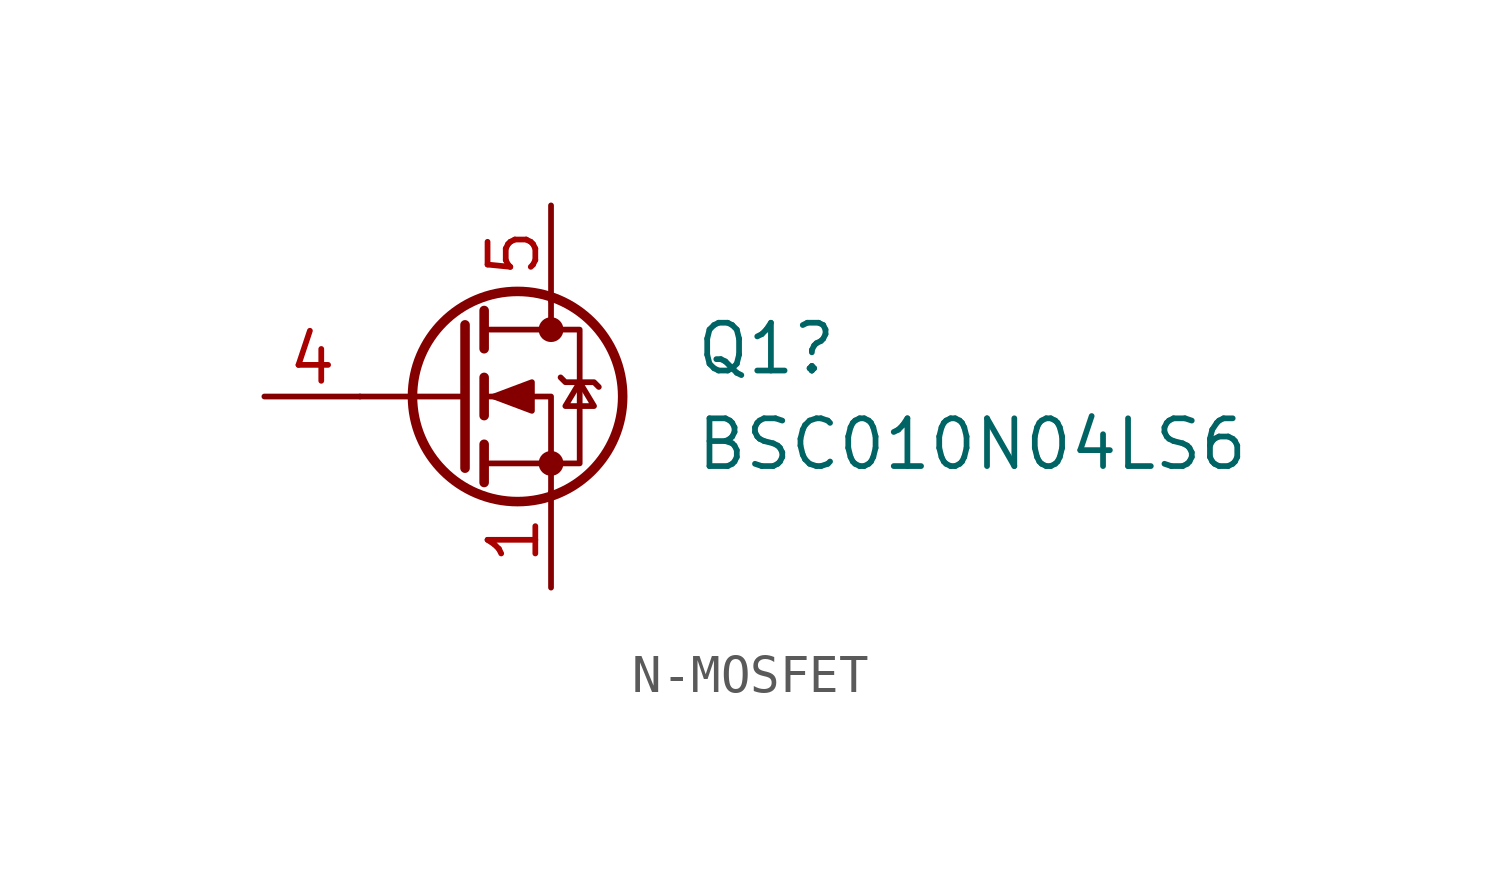
<source format=kicad_sym>
(kicad_symbol_lib
  (version 20241209)
  (generator "kicad_symbol_editor")
  (generator_version "9.0")
  (symbol "N-MOSFET"
    (pin_names
      (hide yes))
    (property "Reference" "Q1"
      (at 6.35 1.27 0)
      (effects (font (size 1.27 1.27)) (justify left)))
    (property "Value" "BSC010N04LS6"
      (at 6.35 -1.27 0)
      (effects (font (size 1.27 1.27)) (justify left)))
    (symbol "N-MOSFET_0_1"
      (polyline (pts (xy 0.254 1.905) (xy 0.254 -1.905)) (stroke (width 0.254) (type default)) (fill (type none)))
      (polyline (pts (xy 0.254 0) (xy -2.54 0)) (stroke (width 0) (type default)) (fill (type none)))
      (polyline (pts (xy 0.762 2.286) (xy 0.762 1.27)) (stroke (width 0.254) (type default)) (fill (type none)))
      (polyline (pts (xy 0.762 0.508) (xy 0.762 -0.508)) (stroke (width 0.254) (type default)) (fill (type none)))
      (polyline (pts (xy 0.762 -1.27) (xy 0.762 -2.286)) (stroke (width 0.254) (type default)) (fill (type none)))
      (polyline (pts (xy 0.762 -1.778) (xy 3.302 -1.778) (xy 3.302 1.778) (xy 0.762 1.778)) (stroke (width 0) (type default)) (fill (type none)))
      (polyline (pts (xy 1.016 0) (xy 2.032 0.381) (xy 2.032 -0.381) (xy 1.016 0)) (stroke (width 0) (type default)) (fill (type outline)))
      (circle (center 1.651 0) (radius 2.794) (stroke (width 0.254) (type default)) (fill (type none)))
      (polyline (pts (xy 2.54 2.54) (xy 2.54 1.778)) (stroke (width 0) (type default)) (fill (type none)))
      (circle (center 2.54 1.778) (radius 0.254) (stroke (width 0) (type default)) (fill (type outline)))
      (circle (center 2.54 -1.778) (radius 0.254) (stroke (width 0) (type default)) (fill (type outline)))
      (polyline (pts (xy 2.54 -2.54) (xy 2.54 0) (xy 0.762 0)) (stroke (width 0) (type default)) (fill (type none)))
      (polyline (pts (xy 2.794 0.508) (xy 2.921 0.381) (xy 3.683 0.381) (xy 3.81 0.254)) (stroke (width 0) (type default)) (fill (type none)))
      (polyline (pts (xy 3.302 0.381) (xy 2.921 -0.254) (xy 3.683 -0.254) (xy 3.302 0.381)) (stroke (width 0) (type default)) (fill (type none))))
    (symbol "N-MOSFET_1_1"
      (pin passive line (at -5.08 0 0) (length 2.54) (name "G" (effects (font (size 1.27 1.27)))) (number "4" (effects (font (size 1.27 1.27)))))
      (pin passive line (at 2.54 5.08 270) (length 2.54) (name "D" (effects (font (size 1.27 1.27)))) (number "5" (effects (font (size 1.27 1.27)))))
      (pin passive line (at 2.54 -5.08 90) (length 2.54) (name "S" (effects (font (size 1.27 1.27)))) (number "1" (effects (font (size 1.27 1.27))))))))
</source>
